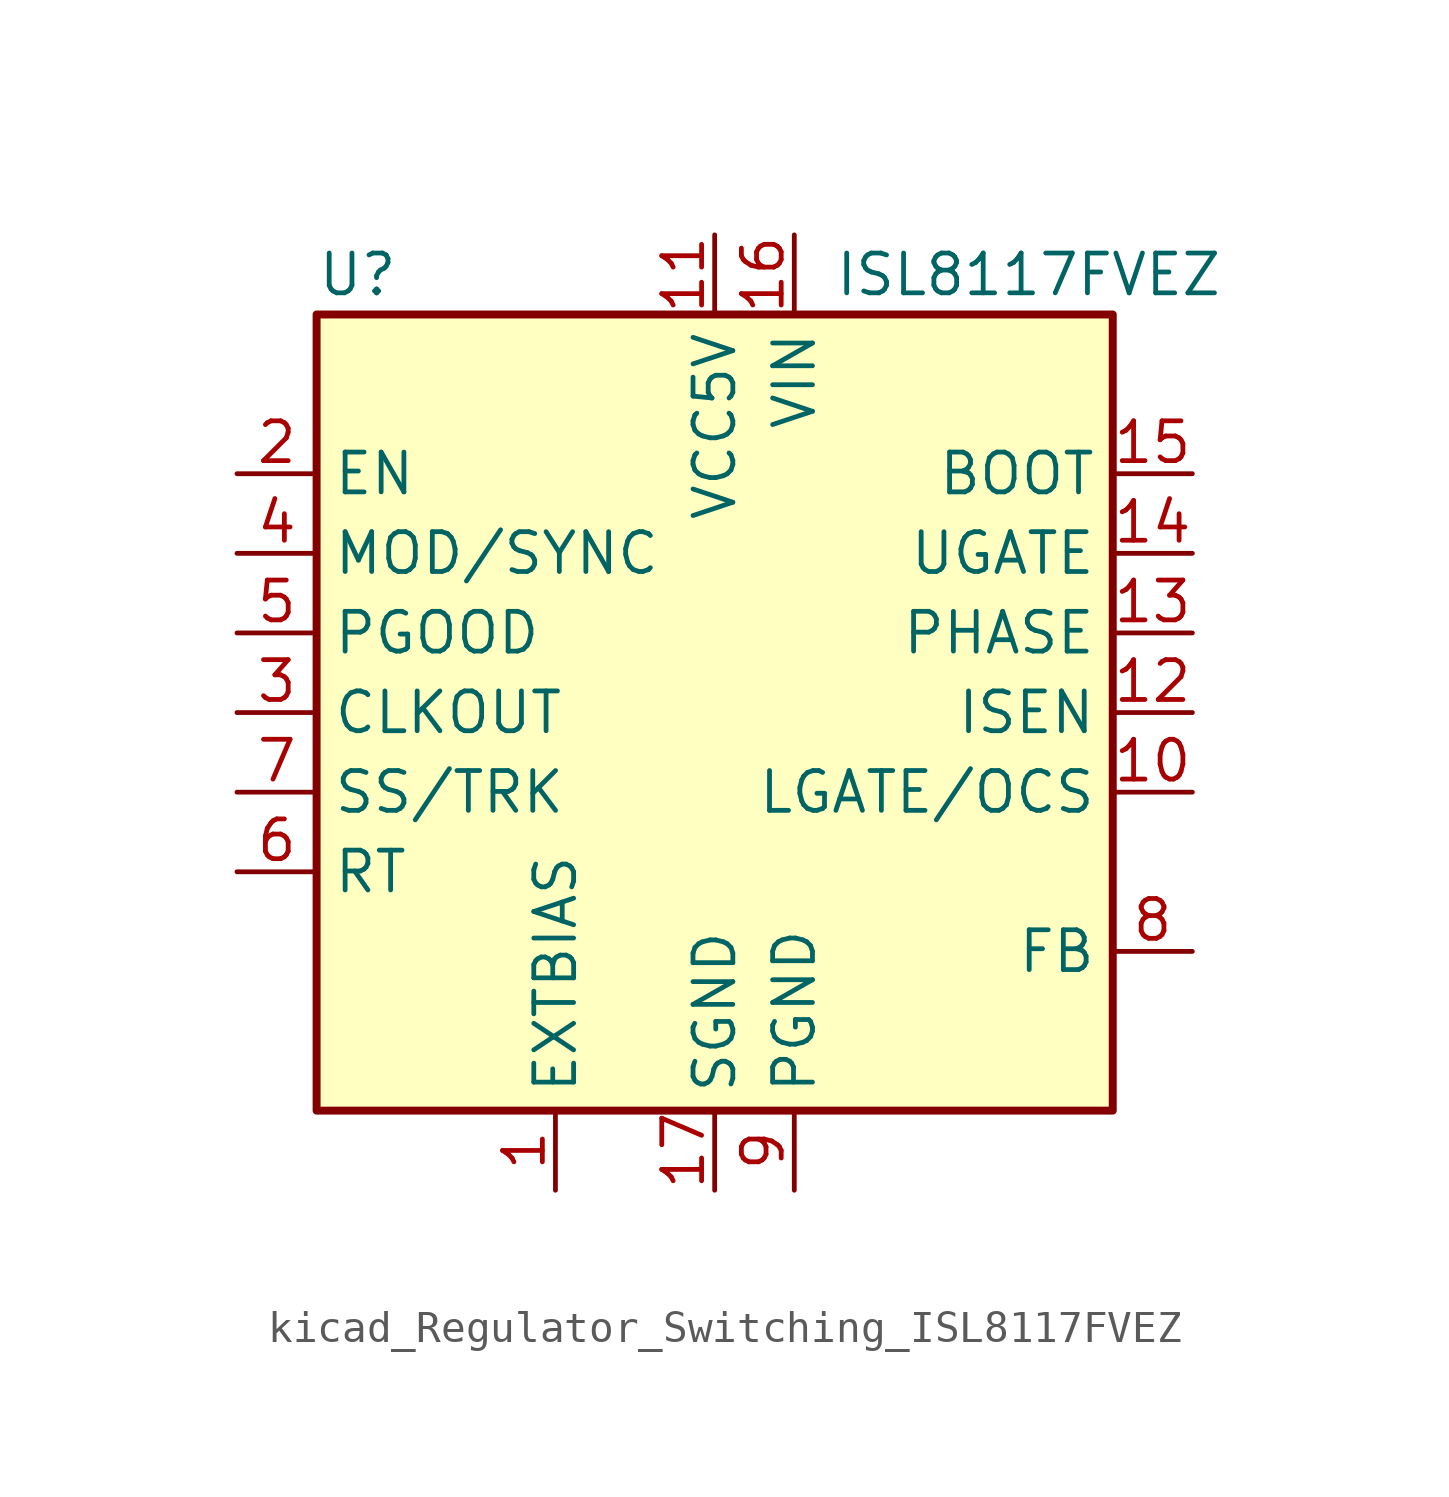
<source format=kicad_sym>
(kicad_symbol_lib
  (version 20220914)
  (generator kicad_symbol_editor)
  (symbol "kicad_Regulator_Switching_ISL8117FVEZ"
    (property "Reference" "U"
      (at -12.7 13.97 0)
      (effects (font (size 1.27 1.27)) (justify left)))
    (property "Value" "ISL8117FVEZ"
      (at 3.81 13.97 0)
      (effects (font (size 1.27 1.27)) (justify left)))
    (symbol "kicad_Regulator_Switching_ISL8117FVEZ_0_1"
      (rectangle (start -12.7 12.7) (end 12.7 -12.7) (stroke (width 0.254) (type default)) (fill (type background))))
    (symbol "kicad_Regulator_Switching_ISL8117FVEZ_1_1"
      (pin input line (at -5.08 -15.24 90) (length 2.54) (name "EXTBIAS" (effects (font (size 1.27 1.27)))) (number "1" (effects (font (size 1.27 1.27)))))
      (pin input line (at 15.24 -2.54 180) (length 2.54) (name "LGATE/OCS" (effects (font (size 1.27 1.27)))) (number "10" (effects (font (size 1.27 1.27)))))
      (pin power_in line (at 0 15.24 270) (length 2.54) (name "VCC5V" (effects (font (size 1.27 1.27)))) (number "11" (effects (font (size 1.27 1.27)))))
      (pin input line (at 15.24 0 180) (length 2.54) (name "ISEN" (effects (font (size 1.27 1.27)))) (number "12" (effects (font (size 1.27 1.27)))))
      (pin input line (at 15.24 2.54 180) (length 2.54) (name "PHASE" (effects (font (size 1.27 1.27)))) (number "13" (effects (font (size 1.27 1.27)))))
      (pin output line (at 15.24 5.08 180) (length 2.54) (name "UGATE" (effects (font (size 1.27 1.27)))) (number "14" (effects (font (size 1.27 1.27)))))
      (pin input line (at 15.24 7.62 180) (length 2.54) (name "BOOT" (effects (font (size 1.27 1.27)))) (number "15" (effects (font (size 1.27 1.27)))))
      (pin power_in line (at 2.54 15.24 270) (length 2.54) (name "VIN" (effects (font (size 1.27 1.27)))) (number "16" (effects (font (size 1.27 1.27)))))
      (pin power_in line (at 0 -15.24 90) (length 2.54) (name "SGND" (effects (font (size 1.27 1.27)))) (number "17" (effects (font (size 1.27 1.27)))))
      (pin input line (at -15.24 7.62 0) (length 2.54) (name "EN" (effects (font (size 1.27 1.27)))) (number "2" (effects (font (size 1.27 1.27)))))
      (pin input line (at -15.24 0 0) (length 2.54) (name "CLKOUT" (effects (font (size 1.27 1.27)))) (number "3" (effects (font (size 1.27 1.27)))))
      (pin input line (at -15.24 5.08 0) (length 2.54) (name "MOD/SYNC" (effects (font (size 1.27 1.27)))) (number "4" (effects (font (size 1.27 1.27)))))
      (pin input line (at -15.24 2.54 0) (length 2.54) (name "PGOOD" (effects (font (size 1.27 1.27)))) (number "5" (effects (font (size 1.27 1.27)))))
      (pin input line (at -15.24 -5.08 0) (length 2.54) (name "RT" (effects (font (size 1.27 1.27)))) (number "6" (effects (font (size 1.27 1.27)))))
      (pin input line (at -15.24 -2.54 0) (length 2.54) (name "SS/TRK" (effects (font (size 1.27 1.27)))) (number "7" (effects (font (size 1.27 1.27)))))
      (pin input line (at 15.24 -7.62 180) (length 2.54) (name "FB" (effects (font (size 1.27 1.27)))) (number "8" (effects (font (size 1.27 1.27)))))
      (pin power_in line (at 2.54 -15.24 90) (length 2.54) (name "PGND" (effects (font (size 1.27 1.27)))) (number "9" (effects (font (size 1.27 1.27))))))))
</source>
